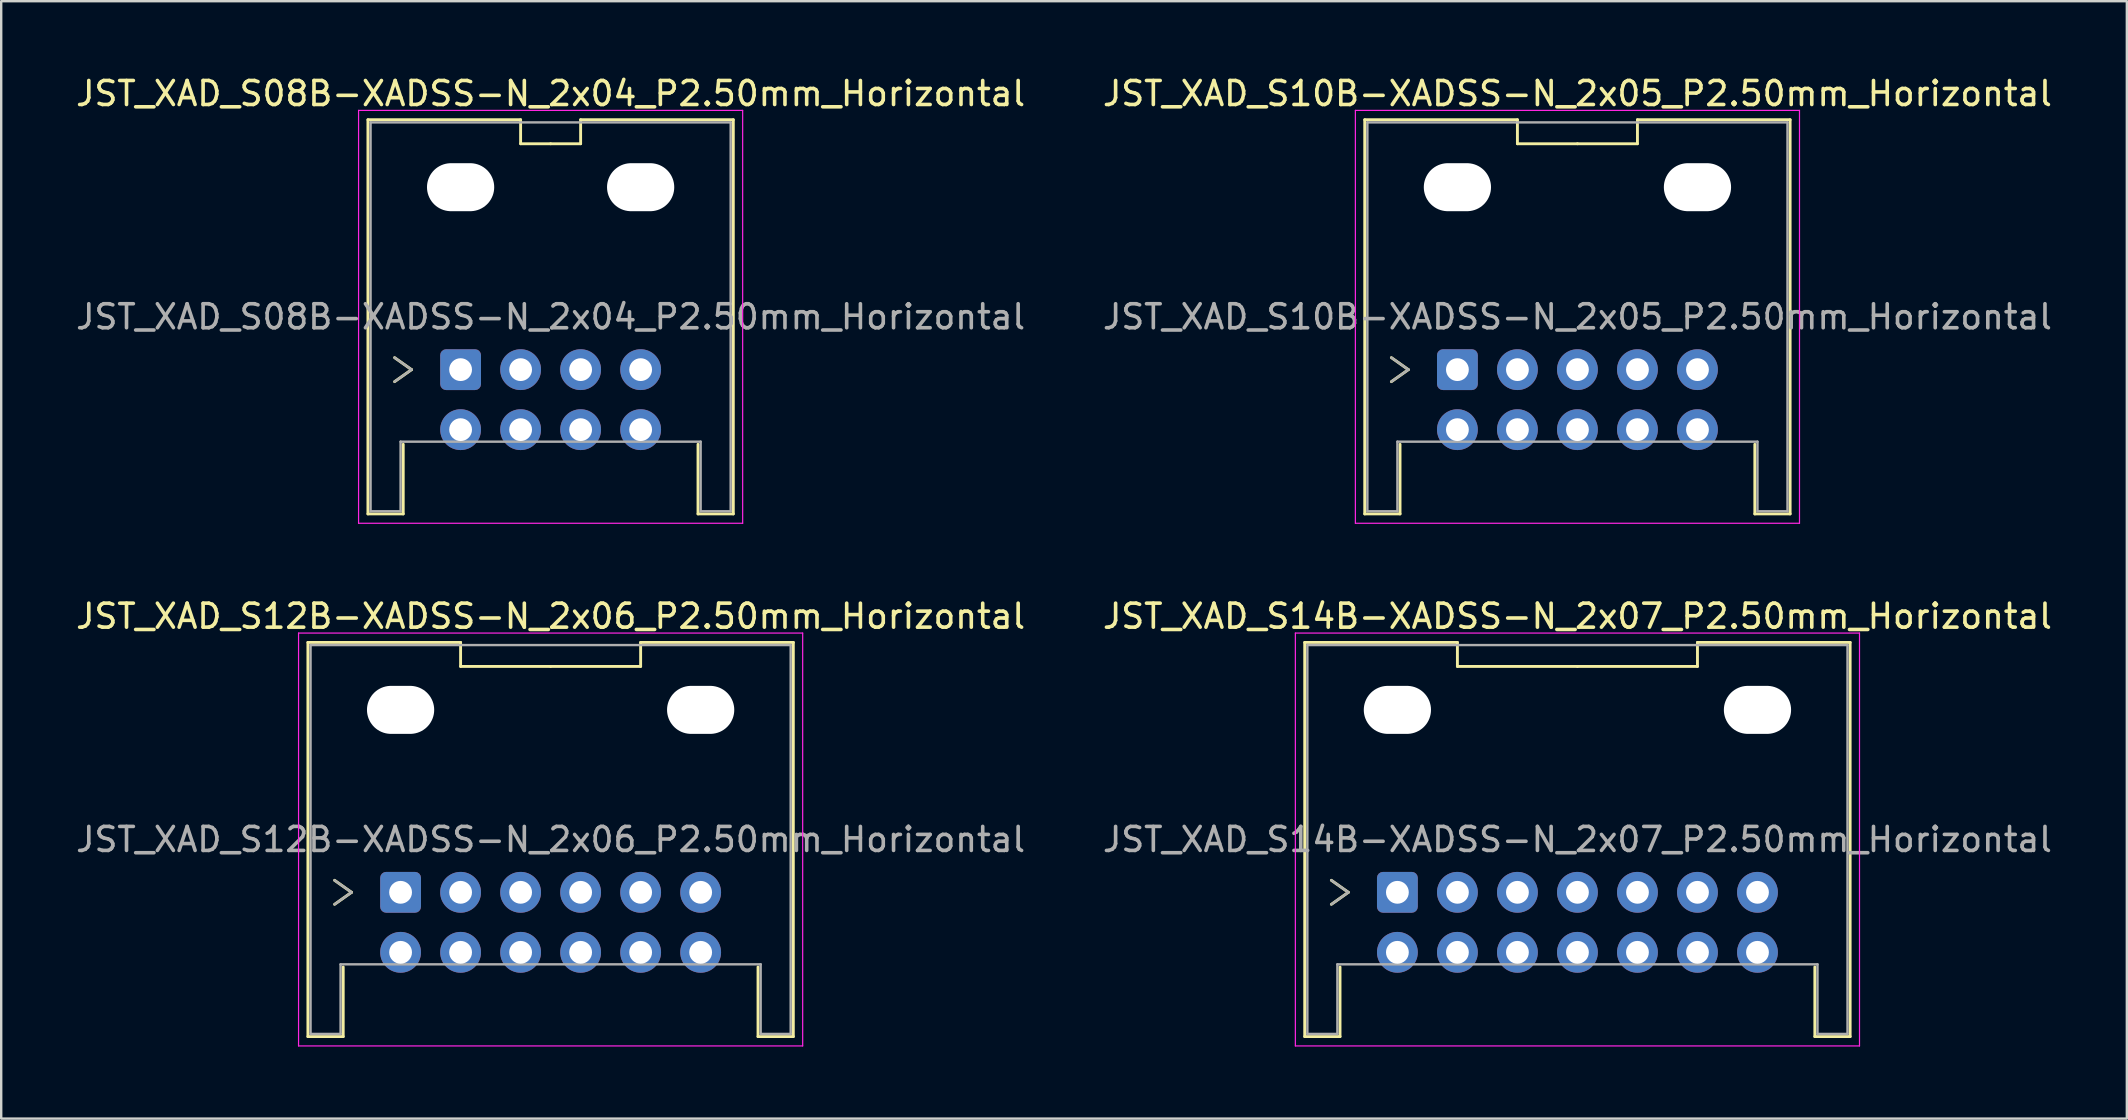
<source format=kicad_pcb>
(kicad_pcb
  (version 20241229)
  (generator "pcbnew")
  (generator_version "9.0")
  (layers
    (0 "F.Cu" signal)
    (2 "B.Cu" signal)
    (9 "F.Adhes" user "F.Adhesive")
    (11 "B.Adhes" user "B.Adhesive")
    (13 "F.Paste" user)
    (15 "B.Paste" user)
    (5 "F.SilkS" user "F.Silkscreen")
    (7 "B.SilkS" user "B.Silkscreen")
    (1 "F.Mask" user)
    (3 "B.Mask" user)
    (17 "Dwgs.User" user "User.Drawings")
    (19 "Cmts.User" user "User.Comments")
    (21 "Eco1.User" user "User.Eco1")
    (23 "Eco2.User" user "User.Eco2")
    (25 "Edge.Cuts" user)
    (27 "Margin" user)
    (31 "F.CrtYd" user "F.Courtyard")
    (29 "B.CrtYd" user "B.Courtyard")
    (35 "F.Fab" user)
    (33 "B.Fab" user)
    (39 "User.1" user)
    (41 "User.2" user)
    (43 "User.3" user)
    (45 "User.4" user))
  (footprint "JST_XAD_S12B-XADSS-N_2x06_P2.50mm_Horizontal"
    (layer "F.Cu")
    (at 13.637 34.121)
    (property "Reference" "JST_XAD_S12B-XADSS-N_2x06_P2.50mm_Horizontal" (at 6.25 -11.5 0) (layer "F.SilkS") (effects (font (size 1 1) (thickness 0.15))))
    (attr through_hole)
    (fp_line (start -3.86 -10.41) (end 2.5 -10.41) (stroke (width 0.12) (type solid)) (layer "F.SilkS"))
    (fp_line (start -3.86 6.01) (end -3.86 -10.41) (stroke (width 0.12) (type solid)) (layer "F.SilkS"))
    (fp_line (start -2.75 -0.5) (end -2.043 0) (stroke (width 0.12) (type solid)) (layer "F.SilkS"))
    (fp_line (start -2.39 3.11) (end -2.39 6.01) (stroke (width 0.12) (type solid)) (layer "F.SilkS"))
    (fp_line (start -2.39 6.01) (end -3.86 6.01) (stroke (width 0.12) (type solid)) (layer "F.SilkS"))
    (fp_line (start -2.043 0) (end -2.75 0.5) (stroke (width 0.12) (type solid)) (layer "F.SilkS"))
    (fp_line (start 2.5 -10.41) (end 2.5 -9.41) (stroke (width 0.12) (type solid)) (layer "F.SilkS"))
    (fp_line (start 2.5 -9.41) (end 6.25 -9.41) (stroke (width 0.12) (type solid)) (layer "F.SilkS"))
    (fp_line (start 10 -10.41) (end 10 -9.41) (stroke (width 0.12) (type solid)) (layer "F.SilkS"))
    (fp_line (start 10 -9.41) (end 6.25 -9.41) (stroke (width 0.12) (type solid)) (layer "F.SilkS"))
    (fp_line (start 14.89 3.11) (end 14.89 6.01) (stroke (width 0.12) (type solid)) (layer "F.SilkS"))
    (fp_line (start 14.89 6.01) (end 16.36 6.01) (stroke (width 0.12) (type solid)) (layer "F.SilkS"))
    (fp_line (start 16.36 -10.41) (end 10 -10.41) (stroke (width 0.12) (type solid)) (layer "F.SilkS"))
    (fp_line (start 16.36 6.01) (end 16.36 -10.41) (stroke (width 0.12) (type solid)) (layer "F.SilkS"))
    (fp_line (start -4.25 -10.8) (end -4.25 6.4) (stroke (width 0.05) (type solid)) (layer "F.CrtYd"))
    (fp_line (start -4.25 6.4) (end 16.75 6.4) (stroke (width 0.05) (type solid)) (layer "F.CrtYd"))
    (fp_line (start 16.75 -10.8) (end -4.25 -10.8) (stroke (width 0.05) (type solid)) (layer "F.CrtYd"))
    (fp_line (start 16.75 6.4) (end 16.75 -10.8) (stroke (width 0.05) (type solid)) (layer "F.CrtYd"))
    (fp_line (start -3.75 -10.3) (end -3.75 5.9) (stroke (width 0.1) (type solid)) (layer "F.Fab"))
    (fp_line (start -3.75 5.9) (end -2.5 5.9) (stroke (width 0.1) (type solid)) (layer "F.Fab"))
    (fp_line (start -2.75 -0.5) (end -2.043 0) (stroke (width 0.1) (type solid)) (layer "F.Fab"))
    (fp_line (start -2.5 3) (end 15 3) (stroke (width 0.1) (type solid)) (layer "F.Fab"))
    (fp_line (start -2.5 5.9) (end -2.5 3) (stroke (width 0.1) (type solid)) (layer "F.Fab"))
    (fp_line (start -2.043 0) (end -2.75 0.5) (stroke (width 0.1) (type solid)) (layer "F.Fab"))
    (fp_line (start 15 3) (end 15 5.9) (stroke (width 0.1) (type solid)) (layer "F.Fab"))
    (fp_line (start 15 5.9) (end 16.25 5.9) (stroke (width 0.1) (type solid)) (layer "F.Fab"))
    (fp_line (start 16.25 -10.3) (end -3.75 -10.3) (stroke (width 0.1) (type solid)) (layer "F.Fab"))
    (fp_line (start 16.25 5.9) (end 16.25 -10.3) (stroke (width 0.1) (type solid)) (layer "F.Fab"))
    (fp_text user "${REFERENCE}" (at 6.25 -2.2 0) (layer "F.Fab") (effects (font (size 1 1) (thickness 0.15))))
    (pad "" np_thru_hole oval (at 0 -7.6) (size 2.8 2) (drill oval 2.8 2) (layers "*.Cu" "*.Mask"))
    (pad "" np_thru_hole oval (at 12.5 -7.6) (size 2.8 2) (drill oval 2.8 2) (layers "*.Cu" "*.Mask"))
    (pad "1" thru_hole roundrect (at 0 0) (size 1.7 1.7) (drill 0.95) (layers "*.Cu" "*.Mask") (roundrect_rratio 0.147))
    (pad "2" thru_hole circle (at 0 2.5) (size 1.7 1.7) (drill 0.95) (layers "*.Cu" "*.Mask"))
    (pad "3" thru_hole circle (at 2.5 0) (size 1.7 1.7) (drill 0.95) (layers "*.Cu" "*.Mask"))
    (pad "4" thru_hole circle (at 2.5 2.5) (size 1.7 1.7) (drill 0.95) (layers "*.Cu" "*.Mask"))
    (pad "5" thru_hole circle (at 5 0) (size 1.7 1.7) (drill 0.95) (layers "*.Cu" "*.Mask"))
    (pad "6" thru_hole circle (at 5 2.5) (size 1.7 1.7) (drill 0.95) (layers "*.Cu" "*.Mask"))
    (pad "7" thru_hole circle (at 7.5 0) (size 1.7 1.7) (drill 0.95) (layers "*.Cu" "*.Mask"))
    (pad "8" thru_hole circle (at 7.5 2.5) (size 1.7 1.7) (drill 0.95) (layers "*.Cu" "*.Mask"))
    (pad "9" thru_hole circle (at 10 0) (size 1.7 1.7) (drill 0.95) (layers "*.Cu" "*.Mask"))
    (pad "10" thru_hole circle (at 10 2.5) (size 1.7 1.7) (drill 0.95) (layers "*.Cu" "*.Mask"))
    (pad "11" thru_hole circle (at 12.5 0) (size 1.7 1.7) (drill 0.95) (layers "*.Cu" "*.Mask"))
    (pad "12" thru_hole circle (at 12.5 2.5) (size 1.7 1.7) (drill 0.95) (layers "*.Cu" "*.Mask")))
  (footprint "JST_XAD_S14B-XADSS-N_2x07_P2.50mm_Horizontal"
    (layer "F.Cu")
    (at 55.161 34.121)
    (property "Reference" "JST_XAD_S14B-XADSS-N_2x07_P2.50mm_Horizontal" (at 7.5 -11.5 0) (layer "F.SilkS") (effects (font (size 1 1) (thickness 0.15))))
    (attr through_hole)
    (fp_line (start -3.86 -10.41) (end 2.5 -10.41) (stroke (width 0.12) (type solid)) (layer "F.SilkS"))
    (fp_line (start -3.86 6.01) (end -3.86 -10.41) (stroke (width 0.12) (type solid)) (layer "F.SilkS"))
    (fp_line (start -2.75 -0.5) (end -2.043 0) (stroke (width 0.12) (type solid)) (layer "F.SilkS"))
    (fp_line (start -2.39 3.11) (end -2.39 6.01) (stroke (width 0.12) (type solid)) (layer "F.SilkS"))
    (fp_line (start -2.39 6.01) (end -3.86 6.01) (stroke (width 0.12) (type solid)) (layer "F.SilkS"))
    (fp_line (start -2.043 0) (end -2.75 0.5) (stroke (width 0.12) (type solid)) (layer "F.SilkS"))
    (fp_line (start 2.5 -10.41) (end 2.5 -9.41) (stroke (width 0.12) (type solid)) (layer "F.SilkS"))
    (fp_line (start 2.5 -9.41) (end 7.5 -9.41) (stroke (width 0.12) (type solid)) (layer "F.SilkS"))
    (fp_line (start 12.5 -10.41) (end 12.5 -9.41) (stroke (width 0.12) (type solid)) (layer "F.SilkS"))
    (fp_line (start 12.5 -9.41) (end 7.5 -9.41) (stroke (width 0.12) (type solid)) (layer "F.SilkS"))
    (fp_line (start 17.39 3.11) (end 17.39 6.01) (stroke (width 0.12) (type solid)) (layer "F.SilkS"))
    (fp_line (start 17.39 6.01) (end 18.86 6.01) (stroke (width 0.12) (type solid)) (layer "F.SilkS"))
    (fp_line (start 18.86 -10.41) (end 12.5 -10.41) (stroke (width 0.12) (type solid)) (layer "F.SilkS"))
    (fp_line (start 18.86 6.01) (end 18.86 -10.41) (stroke (width 0.12) (type solid)) (layer "F.SilkS"))
    (fp_line (start -4.25 -10.8) (end -4.25 6.4) (stroke (width 0.05) (type solid)) (layer "F.CrtYd"))
    (fp_line (start -4.25 6.4) (end 19.25 6.4) (stroke (width 0.05) (type solid)) (layer "F.CrtYd"))
    (fp_line (start 19.25 -10.8) (end -4.25 -10.8) (stroke (width 0.05) (type solid)) (layer "F.CrtYd"))
    (fp_line (start 19.25 6.4) (end 19.25 -10.8) (stroke (width 0.05) (type solid)) (layer "F.CrtYd"))
    (fp_line (start -3.75 -10.3) (end -3.75 5.9) (stroke (width 0.1) (type solid)) (layer "F.Fab"))
    (fp_line (start -3.75 5.9) (end -2.5 5.9) (stroke (width 0.1) (type solid)) (layer "F.Fab"))
    (fp_line (start -2.75 -0.5) (end -2.043 0) (stroke (width 0.1) (type solid)) (layer "F.Fab"))
    (fp_line (start -2.5 3) (end 17.5 3) (stroke (width 0.1) (type solid)) (layer "F.Fab"))
    (fp_line (start -2.5 5.9) (end -2.5 3) (stroke (width 0.1) (type solid)) (layer "F.Fab"))
    (fp_line (start -2.043 0) (end -2.75 0.5) (stroke (width 0.1) (type solid)) (layer "F.Fab"))
    (fp_line (start 17.5 3) (end 17.5 5.9) (stroke (width 0.1) (type solid)) (layer "F.Fab"))
    (fp_line (start 17.5 5.9) (end 18.75 5.9) (stroke (width 0.1) (type solid)) (layer "F.Fab"))
    (fp_line (start 18.75 -10.3) (end -3.75 -10.3) (stroke (width 0.1) (type solid)) (layer "F.Fab"))
    (fp_line (start 18.75 5.9) (end 18.75 -10.3) (stroke (width 0.1) (type solid)) (layer "F.Fab"))
    (fp_text user "${REFERENCE}" (at 7.5 -2.2 0) (layer "F.Fab") (effects (font (size 1 1) (thickness 0.15))))
    (pad "" np_thru_hole oval (at 0 -7.6) (size 2.8 2) (drill oval 2.8 2) (layers "*.Cu" "*.Mask"))
    (pad "" np_thru_hole oval (at 15 -7.6) (size 2.8 2) (drill oval 2.8 2) (layers "*.Cu" "*.Mask"))
    (pad "1" thru_hole roundrect (at 0 0) (size 1.7 1.7) (drill 0.95) (layers "*.Cu" "*.Mask") (roundrect_rratio 0.147))
    (pad "2" thru_hole circle (at 0 2.5) (size 1.7 1.7) (drill 0.95) (layers "*.Cu" "*.Mask"))
    (pad "3" thru_hole circle (at 2.5 0) (size 1.7 1.7) (drill 0.95) (layers "*.Cu" "*.Mask"))
    (pad "4" thru_hole circle (at 2.5 2.5) (size 1.7 1.7) (drill 0.95) (layers "*.Cu" "*.Mask"))
    (pad "5" thru_hole circle (at 5 0) (size 1.7 1.7) (drill 0.95) (layers "*.Cu" "*.Mask"))
    (pad "6" thru_hole circle (at 5 2.5) (size 1.7 1.7) (drill 0.95) (layers "*.Cu" "*.Mask"))
    (pad "7" thru_hole circle (at 7.5 0) (size 1.7 1.7) (drill 0.95) (layers "*.Cu" "*.Mask"))
    (pad "8" thru_hole circle (at 7.5 2.5) (size 1.7 1.7) (drill 0.95) (layers "*.Cu" "*.Mask"))
    (pad "9" thru_hole circle (at 10 0) (size 1.7 1.7) (drill 0.95) (layers "*.Cu" "*.Mask"))
    (pad "10" thru_hole circle (at 10 2.5) (size 1.7 1.7) (drill 0.95) (layers "*.Cu" "*.Mask"))
    (pad "11" thru_hole circle (at 12.5 0) (size 1.7 1.7) (drill 0.95) (layers "*.Cu" "*.Mask"))
    (pad "12" thru_hole circle (at 12.5 2.5) (size 1.7 1.7) (drill 0.95) (layers "*.Cu" "*.Mask"))
    (pad "13" thru_hole circle (at 15 0) (size 1.7 1.7) (drill 0.95) (layers "*.Cu" "*.Mask"))
    (pad "14" thru_hole circle (at 15 2.5) (size 1.7 1.7) (drill 0.95) (layers "*.Cu" "*.Mask")))
  (footprint "JST_XAD_S08B-XADSS-N_2x04_P2.50mm_Horizontal"
    (layer "F.Cu")
    (at 16.137 12.348)
    (property "Reference" "JST_XAD_S08B-XADSS-N_2x04_P2.50mm_Horizontal" (at 3.75 -11.5 0) (layer "F.SilkS") (effects (font (size 1 1) (thickness 0.15))))
    (attr through_hole)
    (fp_line (start -3.86 -10.41) (end 2.5 -10.41) (stroke (width 0.12) (type solid)) (layer "F.SilkS"))
    (fp_line (start -3.86 6.01) (end -3.86 -10.41) (stroke (width 0.12) (type solid)) (layer "F.SilkS"))
    (fp_line (start -2.75 -0.5) (end -2.043 0) (stroke (width 0.12) (type solid)) (layer "F.SilkS"))
    (fp_line (start -2.39 3.11) (end -2.39 6.01) (stroke (width 0.12) (type solid)) (layer "F.SilkS"))
    (fp_line (start -2.39 6.01) (end -3.86 6.01) (stroke (width 0.12) (type solid)) (layer "F.SilkS"))
    (fp_line (start -2.043 0) (end -2.75 0.5) (stroke (width 0.12) (type solid)) (layer "F.SilkS"))
    (fp_line (start 2.5 -10.41) (end 2.5 -9.41) (stroke (width 0.12) (type solid)) (layer "F.SilkS"))
    (fp_line (start 2.5 -9.41) (end 3.75 -9.41) (stroke (width 0.12) (type solid)) (layer "F.SilkS"))
    (fp_line (start 5 -10.41) (end 5 -9.41) (stroke (width 0.12) (type solid)) (layer "F.SilkS"))
    (fp_line (start 5 -9.41) (end 3.75 -9.41) (stroke (width 0.12) (type solid)) (layer "F.SilkS"))
    (fp_line (start 9.89 3.11) (end 9.89 6.01) (stroke (width 0.12) (type solid)) (layer "F.SilkS"))
    (fp_line (start 9.89 6.01) (end 11.36 6.01) (stroke (width 0.12) (type solid)) (layer "F.SilkS"))
    (fp_line (start 11.36 -10.41) (end 5 -10.41) (stroke (width 0.12) (type solid)) (layer "F.SilkS"))
    (fp_line (start 11.36 6.01) (end 11.36 -10.41) (stroke (width 0.12) (type solid)) (layer "F.SilkS"))
    (fp_line (start -4.25 -10.8) (end -4.25 6.4) (stroke (width 0.05) (type solid)) (layer "F.CrtYd"))
    (fp_line (start -4.25 6.4) (end 11.75 6.4) (stroke (width 0.05) (type solid)) (layer "F.CrtYd"))
    (fp_line (start 11.75 -10.8) (end -4.25 -10.8) (stroke (width 0.05) (type solid)) (layer "F.CrtYd"))
    (fp_line (start 11.75 6.4) (end 11.75 -10.8) (stroke (width 0.05) (type solid)) (layer "F.CrtYd"))
    (fp_line (start -3.75 -10.3) (end -3.75 5.9) (stroke (width 0.1) (type solid)) (layer "F.Fab"))
    (fp_line (start -3.75 5.9) (end -2.5 5.9) (stroke (width 0.1) (type solid)) (layer "F.Fab"))
    (fp_line (start -2.75 -0.5) (end -2.043 0) (stroke (width 0.1) (type solid)) (layer "F.Fab"))
    (fp_line (start -2.5 3) (end 10 3) (stroke (width 0.1) (type solid)) (layer "F.Fab"))
    (fp_line (start -2.5 5.9) (end -2.5 3) (stroke (width 0.1) (type solid)) (layer "F.Fab"))
    (fp_line (start -2.043 0) (end -2.75 0.5) (stroke (width 0.1) (type solid)) (layer "F.Fab"))
    (fp_line (start 10 3) (end 10 5.9) (stroke (width 0.1) (type solid)) (layer "F.Fab"))
    (fp_line (start 10 5.9) (end 11.25 5.9) (stroke (width 0.1) (type solid)) (layer "F.Fab"))
    (fp_line (start 11.25 -10.3) (end -3.75 -10.3) (stroke (width 0.1) (type solid)) (layer "F.Fab"))
    (fp_line (start 11.25 5.9) (end 11.25 -10.3) (stroke (width 0.1) (type solid)) (layer "F.Fab"))
    (fp_text user "${REFERENCE}" (at 3.75 -2.2 0) (layer "F.Fab") (effects (font (size 1 1) (thickness 0.15))))
    (pad "" np_thru_hole oval (at 0 -7.6) (size 2.8 2) (drill oval 2.8 2) (layers "*.Cu" "*.Mask"))
    (pad "" np_thru_hole oval (at 7.5 -7.6) (size 2.8 2) (drill oval 2.8 2) (layers "*.Cu" "*.Mask"))
    (pad "1" thru_hole roundrect (at 0 0) (size 1.7 1.7) (drill 0.95) (layers "*.Cu" "*.Mask") (roundrect_rratio 0.147))
    (pad "2" thru_hole circle (at 0 2.5) (size 1.7 1.7) (drill 0.95) (layers "*.Cu" "*.Mask"))
    (pad "3" thru_hole circle (at 2.5 0) (size 1.7 1.7) (drill 0.95) (layers "*.Cu" "*.Mask"))
    (pad "4" thru_hole circle (at 2.5 2.5) (size 1.7 1.7) (drill 0.95) (layers "*.Cu" "*.Mask"))
    (pad "5" thru_hole circle (at 5 0) (size 1.7 1.7) (drill 0.95) (layers "*.Cu" "*.Mask"))
    (pad "6" thru_hole circle (at 5 2.5) (size 1.7 1.7) (drill 0.95) (layers "*.Cu" "*.Mask"))
    (pad "7" thru_hole circle (at 7.5 0) (size 1.7 1.7) (drill 0.95) (layers "*.Cu" "*.Mask"))
    (pad "8" thru_hole circle (at 7.5 2.5) (size 1.7 1.7) (drill 0.95) (layers "*.Cu" "*.Mask")))
  (footprint "JST_XAD_S10B-XADSS-N_2x05_P2.50mm_Horizontal"
    (layer "F.Cu")
    (at 57.661 12.348)
    (property "Reference" "JST_XAD_S10B-XADSS-N_2x05_P2.50mm_Horizontal" (at 5 -11.5 0) (layer "F.SilkS") (effects (font (size 1 1) (thickness 0.15))))
    (attr through_hole)
    (fp_line (start -3.86 -10.41) (end 2.5 -10.41) (stroke (width 0.12) (type solid)) (layer "F.SilkS"))
    (fp_line (start -3.86 6.01) (end -3.86 -10.41) (stroke (width 0.12) (type solid)) (layer "F.SilkS"))
    (fp_line (start -2.75 -0.5) (end -2.043 0) (stroke (width 0.12) (type solid)) (layer "F.SilkS"))
    (fp_line (start -2.39 3.11) (end -2.39 6.01) (stroke (width 0.12) (type solid)) (layer "F.SilkS"))
    (fp_line (start -2.39 6.01) (end -3.86 6.01) (stroke (width 0.12) (type solid)) (layer "F.SilkS"))
    (fp_line (start -2.043 0) (end -2.75 0.5) (stroke (width 0.12) (type solid)) (layer "F.SilkS"))
    (fp_line (start 2.5 -10.41) (end 2.5 -9.41) (stroke (width 0.12) (type solid)) (layer "F.SilkS"))
    (fp_line (start 2.5 -9.41) (end 5 -9.41) (stroke (width 0.12) (type solid)) (layer "F.SilkS"))
    (fp_line (start 7.5 -10.41) (end 7.5 -9.41) (stroke (width 0.12) (type solid)) (layer "F.SilkS"))
    (fp_line (start 7.5 -9.41) (end 5 -9.41) (stroke (width 0.12) (type solid)) (layer "F.SilkS"))
    (fp_line (start 12.39 3.11) (end 12.39 6.01) (stroke (width 0.12) (type solid)) (layer "F.SilkS"))
    (fp_line (start 12.39 6.01) (end 13.86 6.01) (stroke (width 0.12) (type solid)) (layer "F.SilkS"))
    (fp_line (start 13.86 -10.41) (end 7.5 -10.41) (stroke (width 0.12) (type solid)) (layer "F.SilkS"))
    (fp_line (start 13.86 6.01) (end 13.86 -10.41) (stroke (width 0.12) (type solid)) (layer "F.SilkS"))
    (fp_line (start -4.25 -10.8) (end -4.25 6.4) (stroke (width 0.05) (type solid)) (layer "F.CrtYd"))
    (fp_line (start -4.25 6.4) (end 14.25 6.4) (stroke (width 0.05) (type solid)) (layer "F.CrtYd"))
    (fp_line (start 14.25 -10.8) (end -4.25 -10.8) (stroke (width 0.05) (type solid)) (layer "F.CrtYd"))
    (fp_line (start 14.25 6.4) (end 14.25 -10.8) (stroke (width 0.05) (type solid)) (layer "F.CrtYd"))
    (fp_line (start -3.75 -10.3) (end -3.75 5.9) (stroke (width 0.1) (type solid)) (layer "F.Fab"))
    (fp_line (start -3.75 5.9) (end -2.5 5.9) (stroke (width 0.1) (type solid)) (layer "F.Fab"))
    (fp_line (start -2.75 -0.5) (end -2.043 0) (stroke (width 0.1) (type solid)) (layer "F.Fab"))
    (fp_line (start -2.5 3) (end 12.5 3) (stroke (width 0.1) (type solid)) (layer "F.Fab"))
    (fp_line (start -2.5 5.9) (end -2.5 3) (stroke (width 0.1) (type solid)) (layer "F.Fab"))
    (fp_line (start -2.043 0) (end -2.75 0.5) (stroke (width 0.1) (type solid)) (layer "F.Fab"))
    (fp_line (start 12.5 3) (end 12.5 5.9) (stroke (width 0.1) (type solid)) (layer "F.Fab"))
    (fp_line (start 12.5 5.9) (end 13.75 5.9) (stroke (width 0.1) (type solid)) (layer "F.Fab"))
    (fp_line (start 13.75 -10.3) (end -3.75 -10.3) (stroke (width 0.1) (type solid)) (layer "F.Fab"))
    (fp_line (start 13.75 5.9) (end 13.75 -10.3) (stroke (width 0.1) (type solid)) (layer "F.Fab"))
    (fp_text user "${REFERENCE}" (at 5 -2.2 0) (layer "F.Fab") (effects (font (size 1 1) (thickness 0.15))))
    (pad "" np_thru_hole oval (at 0 -7.6) (size 2.8 2) (drill oval 2.8 2) (layers "*.Cu" "*.Mask"))
    (pad "" np_thru_hole oval (at 10 -7.6) (size 2.8 2) (drill oval 2.8 2) (layers "*.Cu" "*.Mask"))
    (pad "1" thru_hole roundrect (at 0 0) (size 1.7 1.7) (drill 0.95) (layers "*.Cu" "*.Mask") (roundrect_rratio 0.147))
    (pad "2" thru_hole circle (at 0 2.5) (size 1.7 1.7) (drill 0.95) (layers "*.Cu" "*.Mask"))
    (pad "3" thru_hole circle (at 2.5 0) (size 1.7 1.7) (drill 0.95) (layers "*.Cu" "*.Mask"))
    (pad "4" thru_hole circle (at 2.5 2.5) (size 1.7 1.7) (drill 0.95) (layers "*.Cu" "*.Mask"))
    (pad "5" thru_hole circle (at 5 0) (size 1.7 1.7) (drill 0.95) (layers "*.Cu" "*.Mask"))
    (pad "6" thru_hole circle (at 5 2.5) (size 1.7 1.7) (drill 0.95) (layers "*.Cu" "*.Mask"))
    (pad "7" thru_hole circle (at 7.5 0) (size 1.7 1.7) (drill 0.95) (layers "*.Cu" "*.Mask"))
    (pad "8" thru_hole circle (at 7.5 2.5) (size 1.7 1.7) (drill 0.95) (layers "*.Cu" "*.Mask"))
    (pad "9" thru_hole circle (at 10 0) (size 1.7 1.7) (drill 0.95) (layers "*.Cu" "*.Mask"))
    (pad "10" thru_hole circle (at 10 2.5) (size 1.7 1.7) (drill 0.95) (layers "*.Cu" "*.Mask")))
  (gr_rect
    (start -3 -3)
    (end 85.548 43.547)
    (stroke (width 0.1) (type default))
    (fill no)
    (layer "Edge.Cuts")))
</source>
